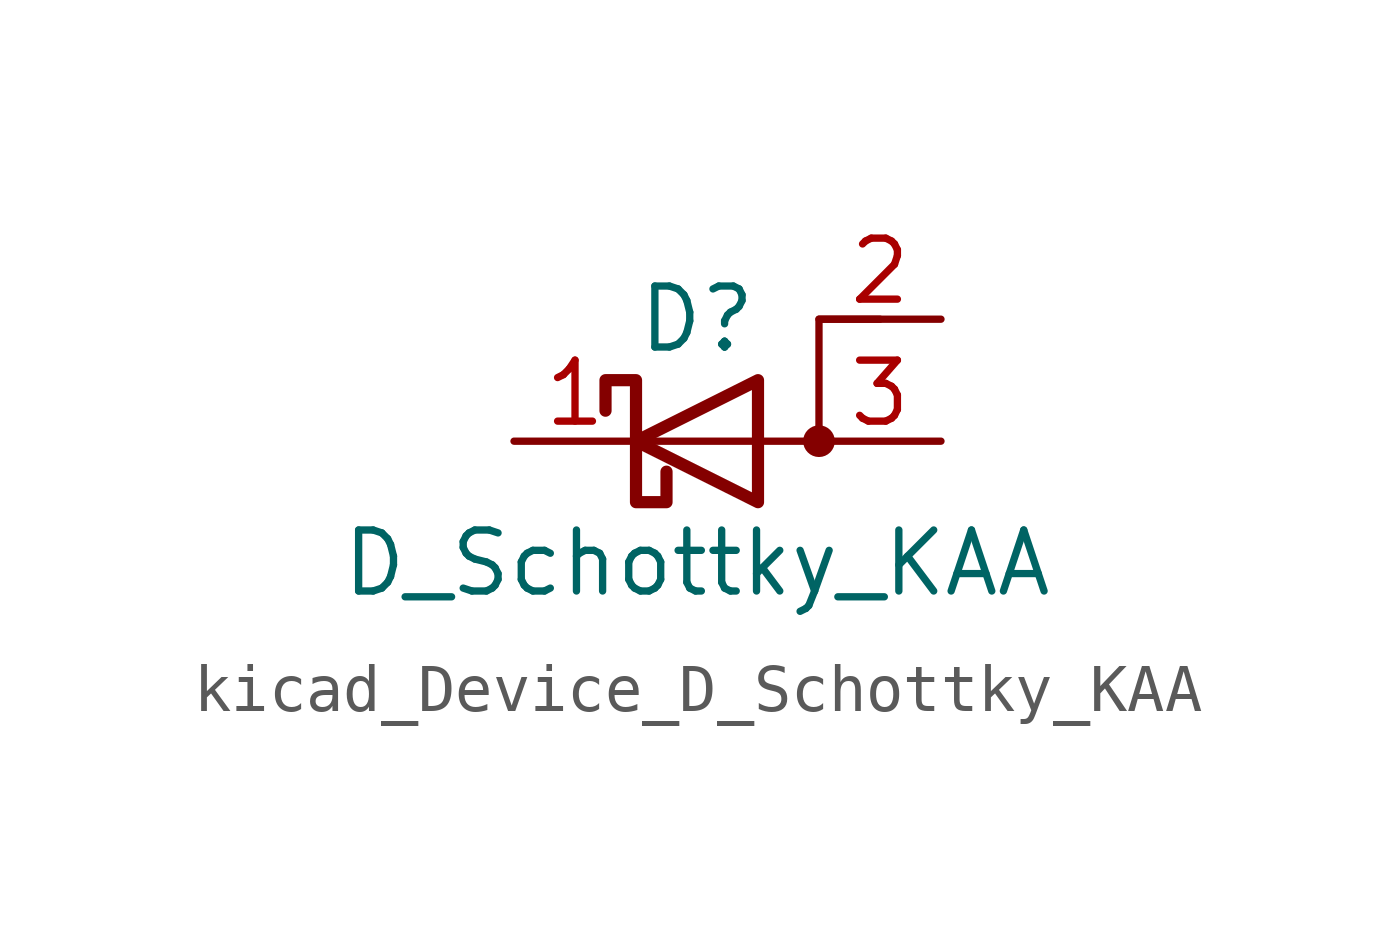
<source format=kicad_sym>
(kicad_symbol_lib
  (version 20220914)
  (generator kicad_symbol_editor)
  (symbol "kicad_Device_D_Schottky_KAA"
    (pin_names
      (offset 0) hide)
    (property "Reference" "D"
      (at 0 2.54 0)
      (effects (font (size 1.27 1.27))))
    (property "Value" "D_Schottky_KAA"
      (at 0 -2.54 0)
      (effects (font (size 1.27 1.27))))
    (symbol "kicad_Device_D_Schottky_KAA_0_1"
      (polyline (pts (xy 1.27 1.27) (xy 1.27 -1.27) (xy -1.27 0) (xy 1.27 1.27)) (stroke (width 0.254) (type default)) (fill (type none)))
      (polyline (pts (xy 3.81 2.54) (xy 2.54 2.54) (xy 2.54 0) (xy -1.27 0)) (stroke (width 0) (type default)) (fill (type none)))
      (polyline (pts (xy -1.905 0.635) (xy -1.905 1.27) (xy -1.27 1.27) (xy -1.27 -1.27) (xy -0.635 -1.27) (xy -0.635 -0.635)) (stroke (width 0.254) (type default)) (fill (type none)))
      (circle (center 2.54 0) (radius 0.254) (stroke (width 0) (type default)) (fill (type outline))))
    (symbol "kicad_Device_D_Schottky_KAA_1_1"
      (pin passive line (at -3.81 0 0) (length 2.54) (name "K" (effects (font (size 1.27 1.27)))) (number "1" (effects (font (size 1.27 1.27)))))
      (pin input line (at 5.08 2.54 180) (length 2.54) (name "A" (effects (font (size 1.27 1.27)))) (number "2" (effects (font (size 1.27 1.27)))))
      (pin passive line (at 5.08 0 180) (length 2.54) (name "A" (effects (font (size 1.27 1.27)))) (number "3" (effects (font (size 1.27 1.27))))))))
</source>
